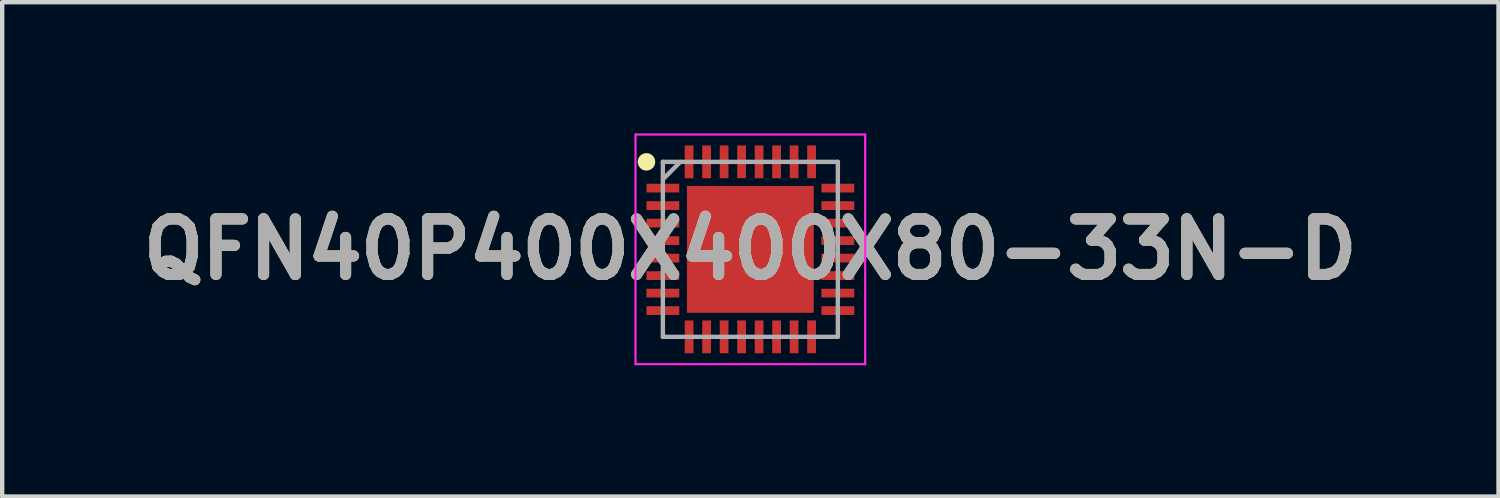
<source format=kicad_pcb>
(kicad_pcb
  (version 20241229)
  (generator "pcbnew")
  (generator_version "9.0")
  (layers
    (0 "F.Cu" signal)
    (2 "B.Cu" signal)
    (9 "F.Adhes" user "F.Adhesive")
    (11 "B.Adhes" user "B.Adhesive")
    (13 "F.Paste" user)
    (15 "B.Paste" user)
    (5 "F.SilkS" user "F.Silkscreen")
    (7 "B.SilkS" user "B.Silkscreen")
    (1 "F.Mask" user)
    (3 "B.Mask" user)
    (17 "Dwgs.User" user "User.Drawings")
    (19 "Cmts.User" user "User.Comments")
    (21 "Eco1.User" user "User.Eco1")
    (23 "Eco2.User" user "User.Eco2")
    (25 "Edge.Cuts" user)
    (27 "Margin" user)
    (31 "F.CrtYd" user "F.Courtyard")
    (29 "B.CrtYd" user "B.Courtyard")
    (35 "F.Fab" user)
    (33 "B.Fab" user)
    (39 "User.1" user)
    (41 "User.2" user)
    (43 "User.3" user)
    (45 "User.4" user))
  (footprint "QFN40P400X400X80-33N-D"
    (layer "F.Cu")
    (at 14.103 2.65)
    (property "Reference" "QFN40P400X400X80-33N-D" (at 0 0 0) (layer "F.SilkS") (effects (font (size 1.27 1.27) (thickness 0.254))))
    (attr smd)
    (fp_circle (center -2.375 -2) (end -2.375 -1.9) (stroke (width 0.2) (type solid)) (fill no) (layer "F.SilkS"))
    (fp_line (start -2.625 -2.625) (end 2.625 -2.625) (stroke (width 0.05) (type solid)) (layer "F.CrtYd"))
    (fp_line (start -2.625 2.625) (end -2.625 -2.625) (stroke (width 0.05) (type solid)) (layer "F.CrtYd"))
    (fp_line (start 2.625 -2.625) (end 2.625 2.625) (stroke (width 0.05) (type solid)) (layer "F.CrtYd"))
    (fp_line (start 2.625 2.625) (end -2.625 2.625) (stroke (width 0.05) (type solid)) (layer "F.CrtYd"))
    (fp_line (start -2 -2) (end 2 -2) (stroke (width 0.1) (type solid)) (layer "F.Fab"))
    (fp_line (start -2 -1.6) (end -1.6 -2) (stroke (width 0.1) (type solid)) (layer "F.Fab"))
    (fp_line (start -2 2) (end -2 -2) (stroke (width 0.1) (type solid)) (layer "F.Fab"))
    (fp_line (start 2 -2) (end 2 2) (stroke (width 0.1) (type solid)) (layer "F.Fab"))
    (fp_line (start 2 2) (end -2 2) (stroke (width 0.1) (type solid)) (layer "F.Fab"))
    (fp_text user "${REFERENCE}" (at 0 0 0) (layer "F.Fab") (effects (font (size 1.27 1.27) (thickness 0.254))))
    (pad "1" smd rect (at -2 -1.4 90) (size 0.2 0.75) (layers "F.Cu" "F.Mask" "F.Paste"))
    (pad "2" smd rect (at -2 -1 90) (size 0.2 0.75) (layers "F.Cu" "F.Mask" "F.Paste"))
    (pad "3" smd rect (at -2 -0.6 90) (size 0.2 0.75) (layers "F.Cu" "F.Mask" "F.Paste"))
    (pad "4" smd rect (at -2 -0.2 90) (size 0.2 0.75) (layers "F.Cu" "F.Mask" "F.Paste"))
    (pad "5" smd rect (at -2 0.2 90) (size 0.2 0.75) (layers "F.Cu" "F.Mask" "F.Paste"))
    (pad "6" smd rect (at -2 0.6 90) (size 0.2 0.75) (layers "F.Cu" "F.Mask" "F.Paste"))
    (pad "7" smd rect (at -2 1 90) (size 0.2 0.75) (layers "F.Cu" "F.Mask" "F.Paste"))
    (pad "8" smd rect (at -2 1.4 90) (size 0.2 0.75) (layers "F.Cu" "F.Mask" "F.Paste"))
    (pad "9" smd rect (at -1.4 2) (size 0.2 0.75) (layers "F.Cu" "F.Mask" "F.Paste"))
    (pad "10" smd rect (at -1 2) (size 0.2 0.75) (layers "F.Cu" "F.Mask" "F.Paste"))
    (pad "11" smd rect (at -0.6 2) (size 0.2 0.75) (layers "F.Cu" "F.Mask" "F.Paste"))
    (pad "12" smd rect (at -0.2 2) (size 0.2 0.75) (layers "F.Cu" "F.Mask" "F.Paste"))
    (pad "13" smd rect (at 0.2 2) (size 0.2 0.75) (layers "F.Cu" "F.Mask" "F.Paste"))
    (pad "14" smd rect (at 0.6 2) (size 0.2 0.75) (layers "F.Cu" "F.Mask" "F.Paste"))
    (pad "15" smd rect (at 1 2) (size 0.2 0.75) (layers "F.Cu" "F.Mask" "F.Paste"))
    (pad "16" smd rect (at 1.4 2) (size 0.2 0.75) (layers "F.Cu" "F.Mask" "F.Paste"))
    (pad "17" smd rect (at 2 1.4 90) (size 0.2 0.75) (layers "F.Cu" "F.Mask" "F.Paste"))
    (pad "18" smd rect (at 2 1 90) (size 0.2 0.75) (layers "F.Cu" "F.Mask" "F.Paste"))
    (pad "19" smd rect (at 2 0.6 90) (size 0.2 0.75) (layers "F.Cu" "F.Mask" "F.Paste"))
    (pad "20" smd rect (at 2 0.2 90) (size 0.2 0.75) (layers "F.Cu" "F.Mask" "F.Paste"))
    (pad "21" smd rect (at 2 -0.2 90) (size 0.2 0.75) (layers "F.Cu" "F.Mask" "F.Paste"))
    (pad "22" smd rect (at 2 -0.6 90) (size 0.2 0.75) (layers "F.Cu" "F.Mask" "F.Paste"))
    (pad "23" smd rect (at 2 -1 90) (size 0.2 0.75) (layers "F.Cu" "F.Mask" "F.Paste"))
    (pad "24" smd rect (at 2 -1.4 90) (size 0.2 0.75) (layers "F.Cu" "F.Mask" "F.Paste"))
    (pad "25" smd rect (at 1.4 -2) (size 0.2 0.75) (layers "F.Cu" "F.Mask" "F.Paste"))
    (pad "26" smd rect (at 1 -2) (size 0.2 0.75) (layers "F.Cu" "F.Mask" "F.Paste"))
    (pad "27" smd rect (at 0.6 -2) (size 0.2 0.75) (layers "F.Cu" "F.Mask" "F.Paste"))
    (pad "28" smd rect (at 0.2 -2) (size 0.2 0.75) (layers "F.Cu" "F.Mask" "F.Paste"))
    (pad "29" smd rect (at -0.2 -2) (size 0.2 0.75) (layers "F.Cu" "F.Mask" "F.Paste"))
    (pad "30" smd rect (at -0.6 -2) (size 0.2 0.75) (layers "F.Cu" "F.Mask" "F.Paste"))
    (pad "31" smd rect (at -1 -2) (size 0.2 0.75) (layers "F.Cu" "F.Mask" "F.Paste"))
    (pad "32" smd rect (at -1.4 -2) (size 0.2 0.75) (layers "F.Cu" "F.Mask" "F.Paste"))
    (pad "33" smd rect (at 0 0) (size 2.9 2.9) (layers "F.Cu" "F.Mask" "F.Paste")))
  (gr_rect
    (start -3 -3)
    (end 31.206 8.3)
    (stroke (width 0.1) (type default))
    (fill no)
    (layer "Edge.Cuts")))
</source>
